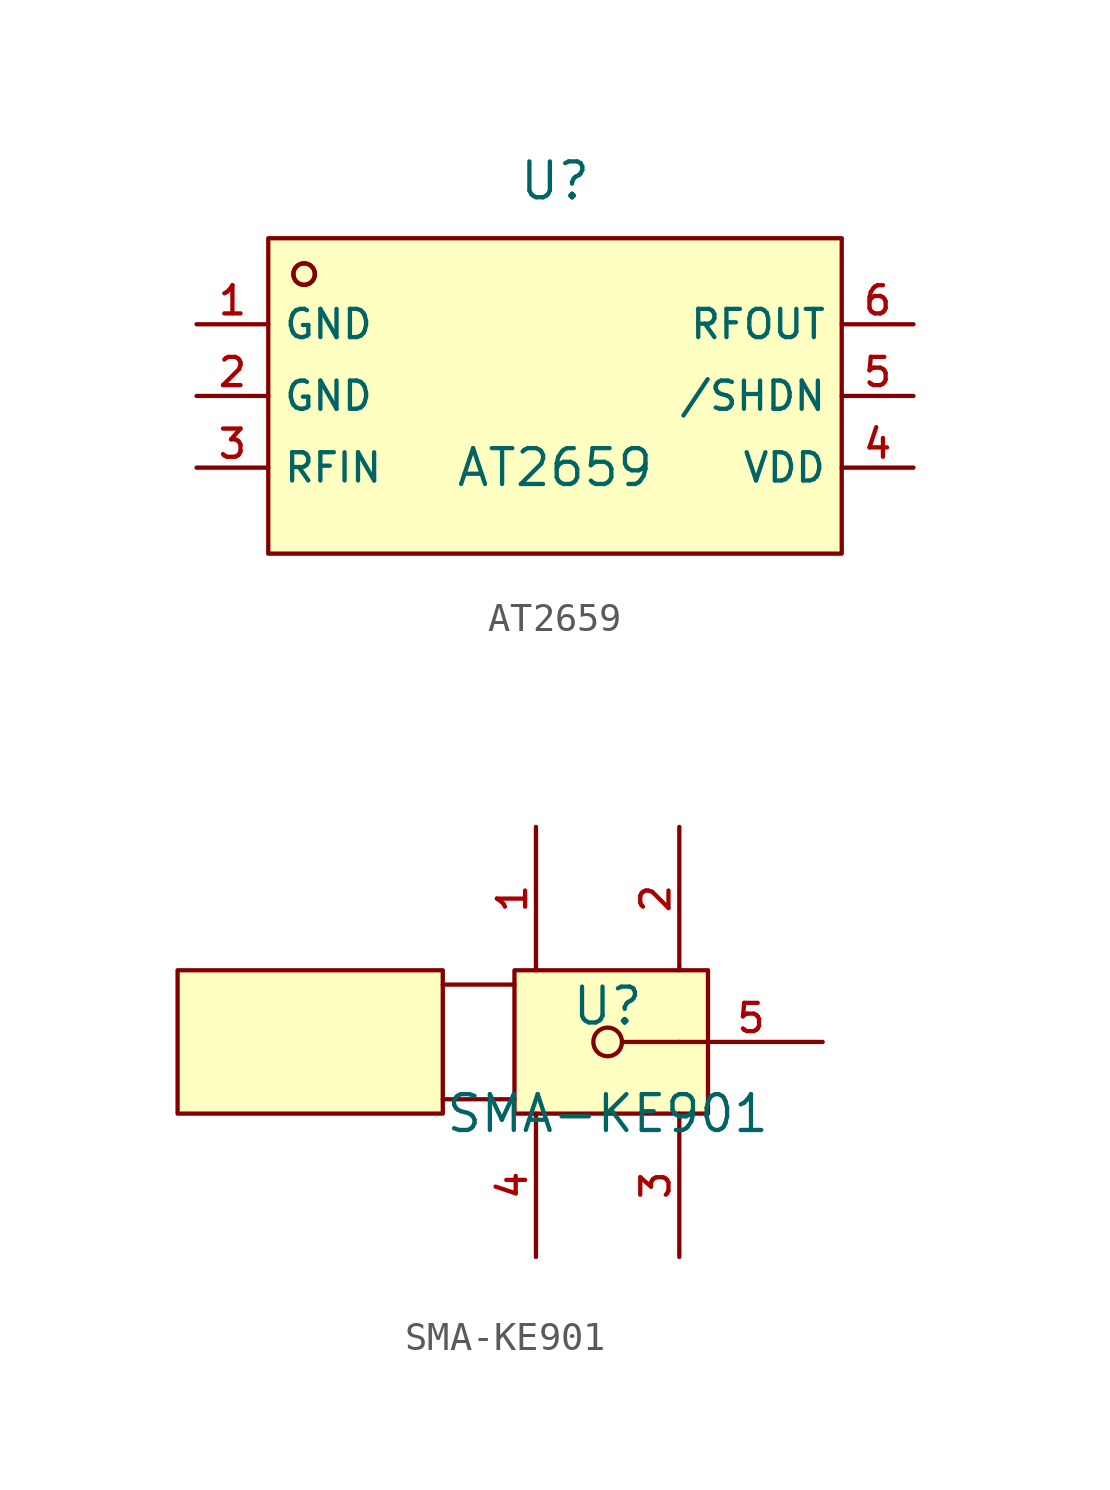
<source format=kicad_sym>
(kicad_symbol_lib
  (version 20220914)
  (generator kicad_symbol_editor)
  (symbol "AT2659"
    (property "Reference" "U"
      (at 0 7.62 0)
      (effects (font (size 1.27 1.27))))
    (property "Value" "AT2659"
      (at 0 -2.54 0)
      (effects (font (size 1.27 1.27))))
    (symbol "AT2659_0_1"
      (rectangle (start -10.16 5.588) (end 10.16 -5.588) (stroke (width 0) (type default)) (fill (type background)))
      (circle (center -8.89 4.318) (radius 0.381) (stroke (width 0) (type default)) (fill (type background)))
      (circle (center -8.89 4.318) (radius 0.381) (stroke (width 0) (type default)) (fill (type background)))
      (pin power_in line (at -12.7 2.54 0) (length 2.54) (name "GND" (effects (font (size 1 1)))) (number "1" (effects (font (size 1 1)))))
      (pin power_in line (at -12.7 0 0) (length 2.54) (name "GND" (effects (font (size 1 1)))) (number "2" (effects (font (size 1 1)))))
      (pin passive line (at -12.7 -2.54 0) (length 2.54) (name "RFIN" (effects (font (size 1 1)))) (number "3" (effects (font (size 1 1)))))
      (pin power_in line (at 12.7 -2.54 180) (length 2.54) (name "VDD" (effects (font (size 1 1)))) (number "4" (effects (font (size 1 1)))))
      (pin input line (at 12.7 0 180) (length 2.54) (name "/SHDN" (effects (font (size 1 1)))) (number "5" (effects (font (size 1 1)))))
      (pin passive line (at 12.7 2.54 180) (length 2.54) (name "RFOUT" (effects (font (size 1 1)))) (number "6" (effects (font (size 1 1)))))))
  (symbol "SMA-KE901"
    (pin_names hide)
    (property "Reference" "U"
      (at 0 1.27 0)
      (effects (font (size 1.27 1.27))))
    (property "Value" "SMA-KE901"
      (at 0 -2.54 0)
      (effects (font (size 1.27 1.27))))
    (symbol "SMA-KE901_0_1"
      (rectangle (start -15.24 2.54) (end -5.842 -2.54) (stroke (width 0) (type default)) (fill (type background)))
      (rectangle (start -3.302 2.54) (end 3.556 -2.54) (stroke (width 0) (type default)) (fill (type background)))
      (polyline (pts (xy -5.842 -2.032) (xy -3.302 -2.032)) (stroke (width 0) (type default)) (fill (type none)))
      (polyline (pts (xy -5.842 2.032) (xy -3.302 2.032)) (stroke (width 0) (type default)) (fill (type none)))
      (polyline (pts (xy 0.508 0) (xy 2.54 0)) (stroke (width 0) (type default)) (fill (type none)))
      (circle (center 0 0) (radius 0.508) (stroke (width 0) (type default)) (fill (type background)))
      (pin unspecified line (at -2.54 7.62 270) (length 5.08) (name "1" (effects (font (size 1 1)))) (number "1" (effects (font (size 1 1)))))
      (pin unspecified line (at 2.54 7.62 270) (length 5.08) (name "2" (effects (font (size 1 1)))) (number "2" (effects (font (size 1 1)))))
      (pin unspecified line (at 2.54 -7.62 90) (length 5.08) (name "3" (effects (font (size 1 1)))) (number "3" (effects (font (size 1 1)))))
      (pin unspecified line (at -2.54 -7.62 90) (length 5.08) (name "4" (effects (font (size 1 1)))) (number "4" (effects (font (size 1 1)))))
      (pin unspecified line (at 7.62 0 180) (length 5.08) (name "5" (effects (font (size 1 1)))) (number "5" (effects (font (size 1 1))))))))
</source>
